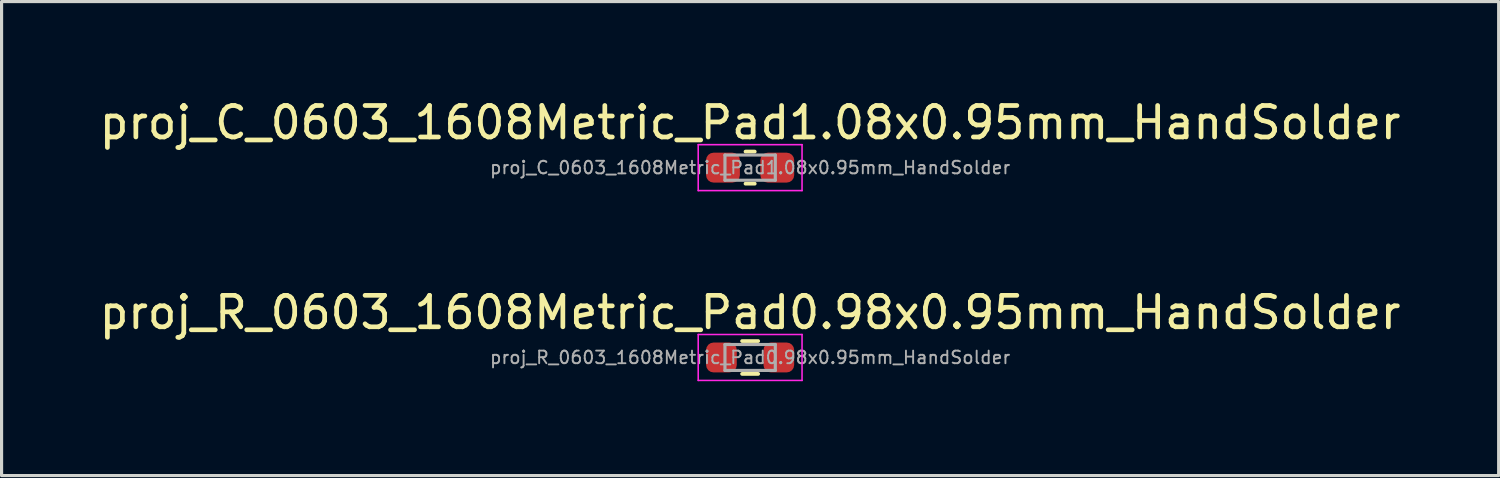
<source format=kicad_pcb>
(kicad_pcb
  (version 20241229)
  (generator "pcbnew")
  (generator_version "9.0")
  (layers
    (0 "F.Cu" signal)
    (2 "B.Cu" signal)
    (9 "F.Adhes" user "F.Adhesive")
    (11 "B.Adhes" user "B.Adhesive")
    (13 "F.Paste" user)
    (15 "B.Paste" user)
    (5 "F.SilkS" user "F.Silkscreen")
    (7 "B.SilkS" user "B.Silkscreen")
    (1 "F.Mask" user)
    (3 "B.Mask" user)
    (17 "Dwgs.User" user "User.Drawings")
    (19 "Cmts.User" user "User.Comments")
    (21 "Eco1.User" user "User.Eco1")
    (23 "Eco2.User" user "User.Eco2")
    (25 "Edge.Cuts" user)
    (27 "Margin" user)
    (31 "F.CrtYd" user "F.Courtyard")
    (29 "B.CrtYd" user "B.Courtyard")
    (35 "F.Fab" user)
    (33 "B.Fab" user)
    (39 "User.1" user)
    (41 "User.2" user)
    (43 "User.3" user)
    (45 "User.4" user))
  (footprint "proj_R_0603_1608Metric_Pad0.98x0.95mm_HandSolder"
    (layer "F.Cu")
    (at 20.792 8.312)
    (property "Reference" "proj_R_0603_1608Metric_Pad0.98x0.95mm_HandSolder" (at 0 -1.43 0) (layer "F.SilkS") (effects (font (size 1 1) (thickness 0.15))))
    (attr smd)
    (fp_line (start -0.255 -0.522) (end 0.255 -0.522) (stroke (width 0.12) (type solid)) (layer "F.SilkS"))
    (fp_line (start -0.255 0.522) (end 0.255 0.522) (stroke (width 0.12) (type solid)) (layer "F.SilkS"))
    (fp_line (start -1.65 -0.73) (end 1.65 -0.73) (stroke (width 0.05) (type solid)) (layer "F.CrtYd"))
    (fp_line (start -1.65 0.73) (end -1.65 -0.73) (stroke (width 0.05) (type solid)) (layer "F.CrtYd"))
    (fp_line (start 1.65 -0.73) (end 1.65 0.73) (stroke (width 0.05) (type solid)) (layer "F.CrtYd"))
    (fp_line (start 1.65 0.73) (end -1.65 0.73) (stroke (width 0.05) (type solid)) (layer "F.CrtYd"))
    (fp_line (start -0.8 -0.412) (end 0.8 -0.412) (stroke (width 0.1) (type solid)) (layer "F.Fab"))
    (fp_line (start -0.8 0.412) (end -0.8 -0.412) (stroke (width 0.1) (type solid)) (layer "F.Fab"))
    (fp_line (start 0.8 -0.412) (end 0.8 0.412) (stroke (width 0.1) (type solid)) (layer "F.Fab"))
    (fp_line (start 0.8 0.412) (end -0.8 0.412) (stroke (width 0.1) (type solid)) (layer "F.Fab"))
    (fp_text user "${REFERENCE}" (at 0 0 0) (layer "F.Fab") (effects (font (size 0.4 0.4) (thickness 0.06))))
    (pad "1" smd roundrect (at -0.912 0) (size 0.975 0.95) (layers "F.Cu" "F.Mask" "F.Paste") (roundrect_rratio 0.25))
    (pad "2" smd roundrect (at 0.912 0) (size 0.975 0.95) (layers "F.Cu" "F.Mask" "F.Paste") (roundrect_rratio 0.25)))
  (footprint "proj_C_0603_1608Metric_Pad1.08x0.95mm_HandSolder"
    (layer "F.Cu")
    (at 20.792 2.278)
    (property "Reference" "proj_C_0603_1608Metric_Pad1.08x0.95mm_HandSolder" (at 0 -1.43 0) (layer "F.SilkS") (effects (font (size 1 1) (thickness 0.15))))
    (attr smd)
    (fp_line (start -0.146 -0.51) (end 0.146 -0.51) (stroke (width 0.12) (type solid)) (layer "F.SilkS"))
    (fp_line (start -0.146 0.51) (end 0.146 0.51) (stroke (width 0.12) (type solid)) (layer "F.SilkS"))
    (fp_line (start -1.65 -0.73) (end 1.65 -0.73) (stroke (width 0.05) (type solid)) (layer "F.CrtYd"))
    (fp_line (start -1.65 0.73) (end -1.65 -0.73) (stroke (width 0.05) (type solid)) (layer "F.CrtYd"))
    (fp_line (start 1.65 -0.73) (end 1.65 0.73) (stroke (width 0.05) (type solid)) (layer "F.CrtYd"))
    (fp_line (start 1.65 0.73) (end -1.65 0.73) (stroke (width 0.05) (type solid)) (layer "F.CrtYd"))
    (fp_line (start -0.8 -0.4) (end 0.8 -0.4) (stroke (width 0.1) (type solid)) (layer "F.Fab"))
    (fp_line (start -0.8 0.4) (end -0.8 -0.4) (stroke (width 0.1) (type solid)) (layer "F.Fab"))
    (fp_line (start 0.8 -0.4) (end 0.8 0.4) (stroke (width 0.1) (type solid)) (layer "F.Fab"))
    (fp_line (start 0.8 0.4) (end -0.8 0.4) (stroke (width 0.1) (type solid)) (layer "F.Fab"))
    (fp_text user "${REFERENCE}" (at 0 0 0) (layer "F.Fab") (effects (font (size 0.4 0.4) (thickness 0.06))))
    (pad "1" smd roundrect (at -0.863 0) (size 1.075 0.95) (layers "F.Cu" "F.Mask" "F.Paste") (roundrect_rratio 0.25))
    (pad "2" smd roundrect (at 0.863 0) (size 1.075 0.95) (layers "F.Cu" "F.Mask" "F.Paste") (roundrect_rratio 0.25)))
  (gr_rect
    (start -3 -3)
    (end 44.583 12.066)
    (stroke (width 0.1) (type default))
    (fill no)
    (layer "Edge.Cuts")))
</source>
